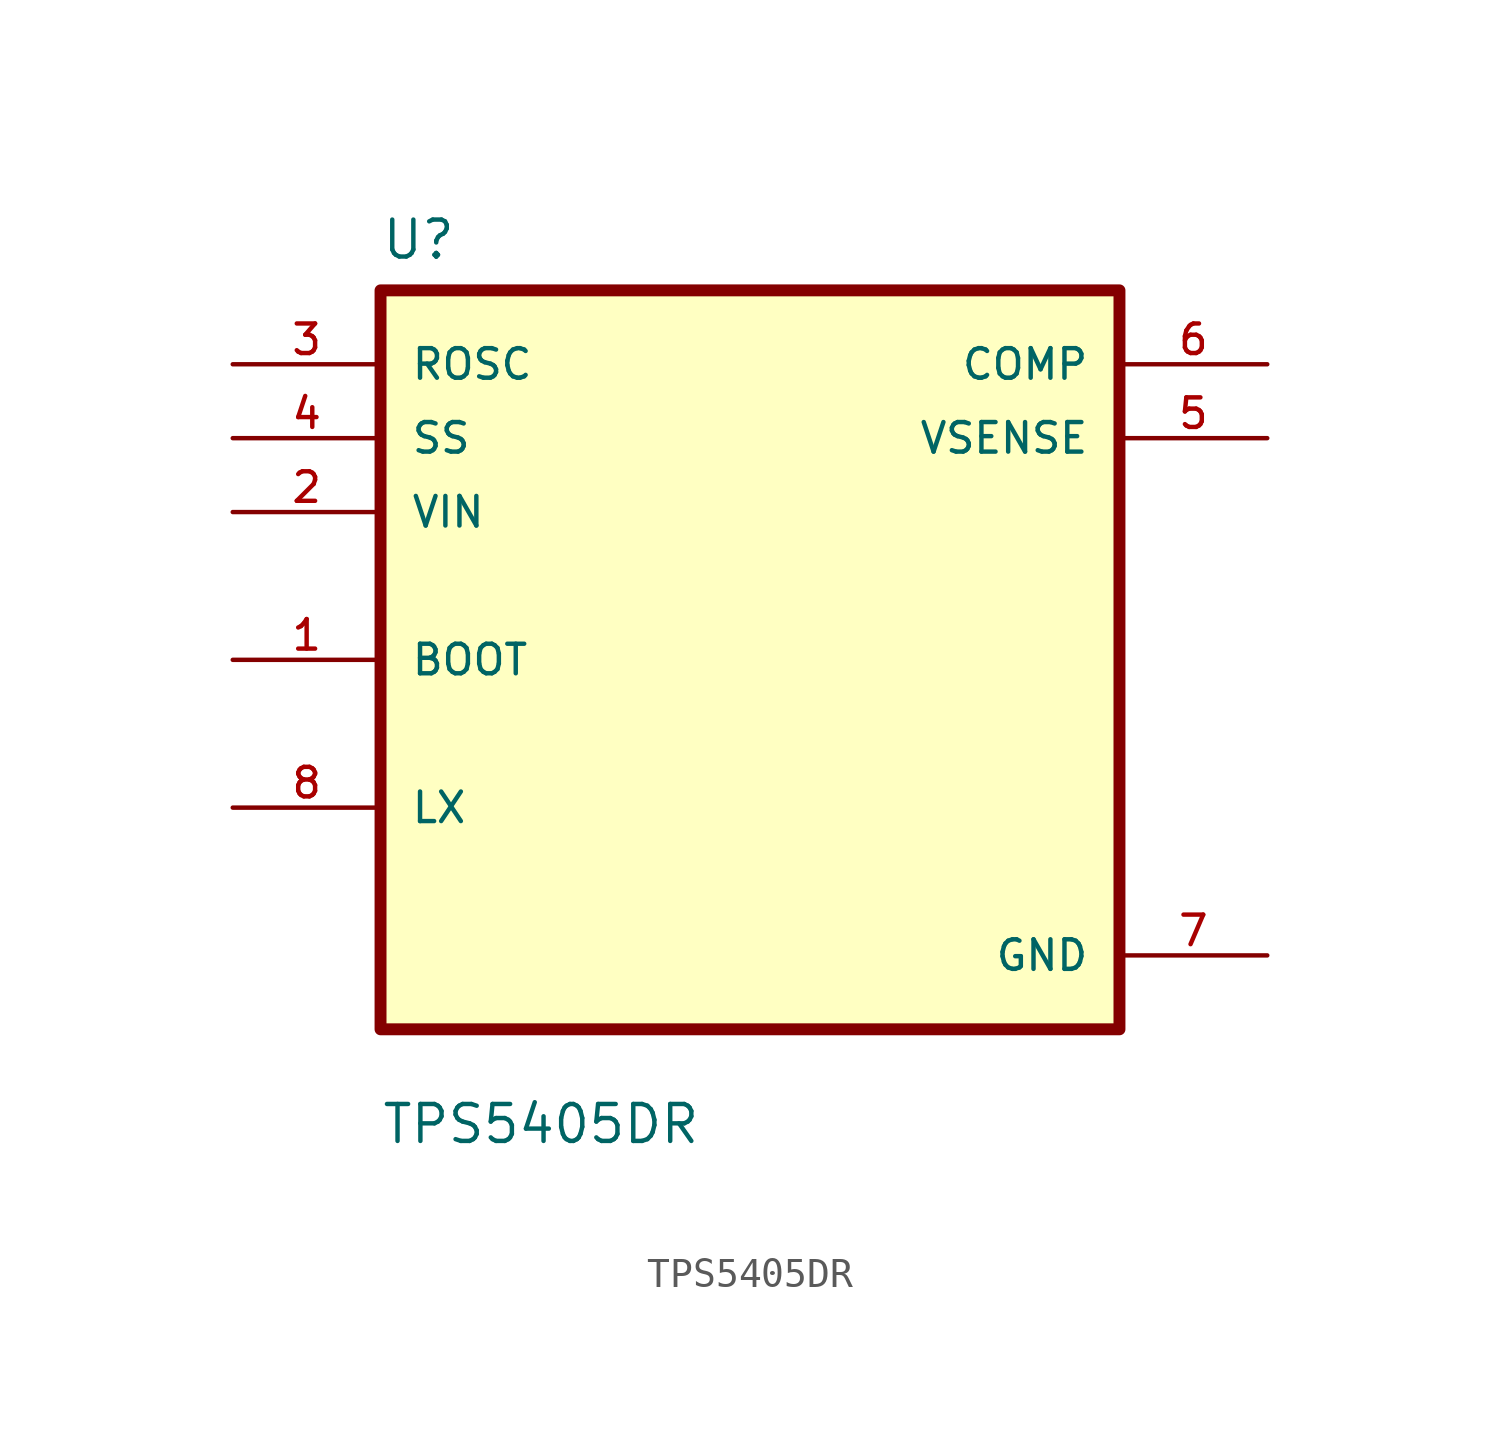
<source format=kicad_sym>
(kicad_symbol_lib
  (version 20211014)
  (generator kicad_symbol_editor)
  (symbol "TPS5405DR"
    (pin_names
      (offset 1.016))
    (property "Reference" "U"
      (at -12.7 13.7 0.0)
      (effects (font (size 1.27 1.27)) (justify bottom left)))
    (property "Value" "TPS5405DR"
      (at -12.7 -16.7 0.0)
      (effects (font (size 1.27 1.27)) (justify bottom left)))
    (symbol "TPS5405DR_0_0"
      (rectangle (start -12.7 -12.7) (end 12.7 12.7) (stroke (width 0.41)) (fill (type background)))
      (pin input line (at -17.78 10.16 0) (length 5.08) (name "ROSC" (effects (font (size 1.016 1.016)))) (number "3" (effects (font (size 1.016 1.016)))))
      (pin input line (at -17.78 7.62 0) (length 5.08) (name "SS" (effects (font (size 1.016 1.016)))) (number "4" (effects (font (size 1.016 1.016)))))
      (pin input line (at -17.78 5.08 0) (length 5.08) (name "VIN" (effects (font (size 1.016 1.016)))) (number "2" (effects (font (size 1.016 1.016)))))
      (pin bidirectional line (at -17.78 0.0 0) (length 5.08) (name "BOOT" (effects (font (size 1.016 1.016)))) (number "1" (effects (font (size 1.016 1.016)))))
      (pin bidirectional line (at -17.78 -5.08 0) (length 5.08) (name "LX" (effects (font (size 1.016 1.016)))) (number "8" (effects (font (size 1.016 1.016)))))
      (pin output line (at 17.78 10.16 180.0) (length 5.08) (name "COMP" (effects (font (size 1.016 1.016)))) (number "6" (effects (font (size 1.016 1.016)))))
      (pin output line (at 17.78 7.62 180.0) (length 5.08) (name "VSENSE" (effects (font (size 1.016 1.016)))) (number "5" (effects (font (size 1.016 1.016)))))
      (pin power_in line (at 17.78 -10.16 180.0) (length 5.08) (name "GND" (effects (font (size 1.016 1.016)))) (number "7" (effects (font (size 1.016 1.016))))))))
</source>
